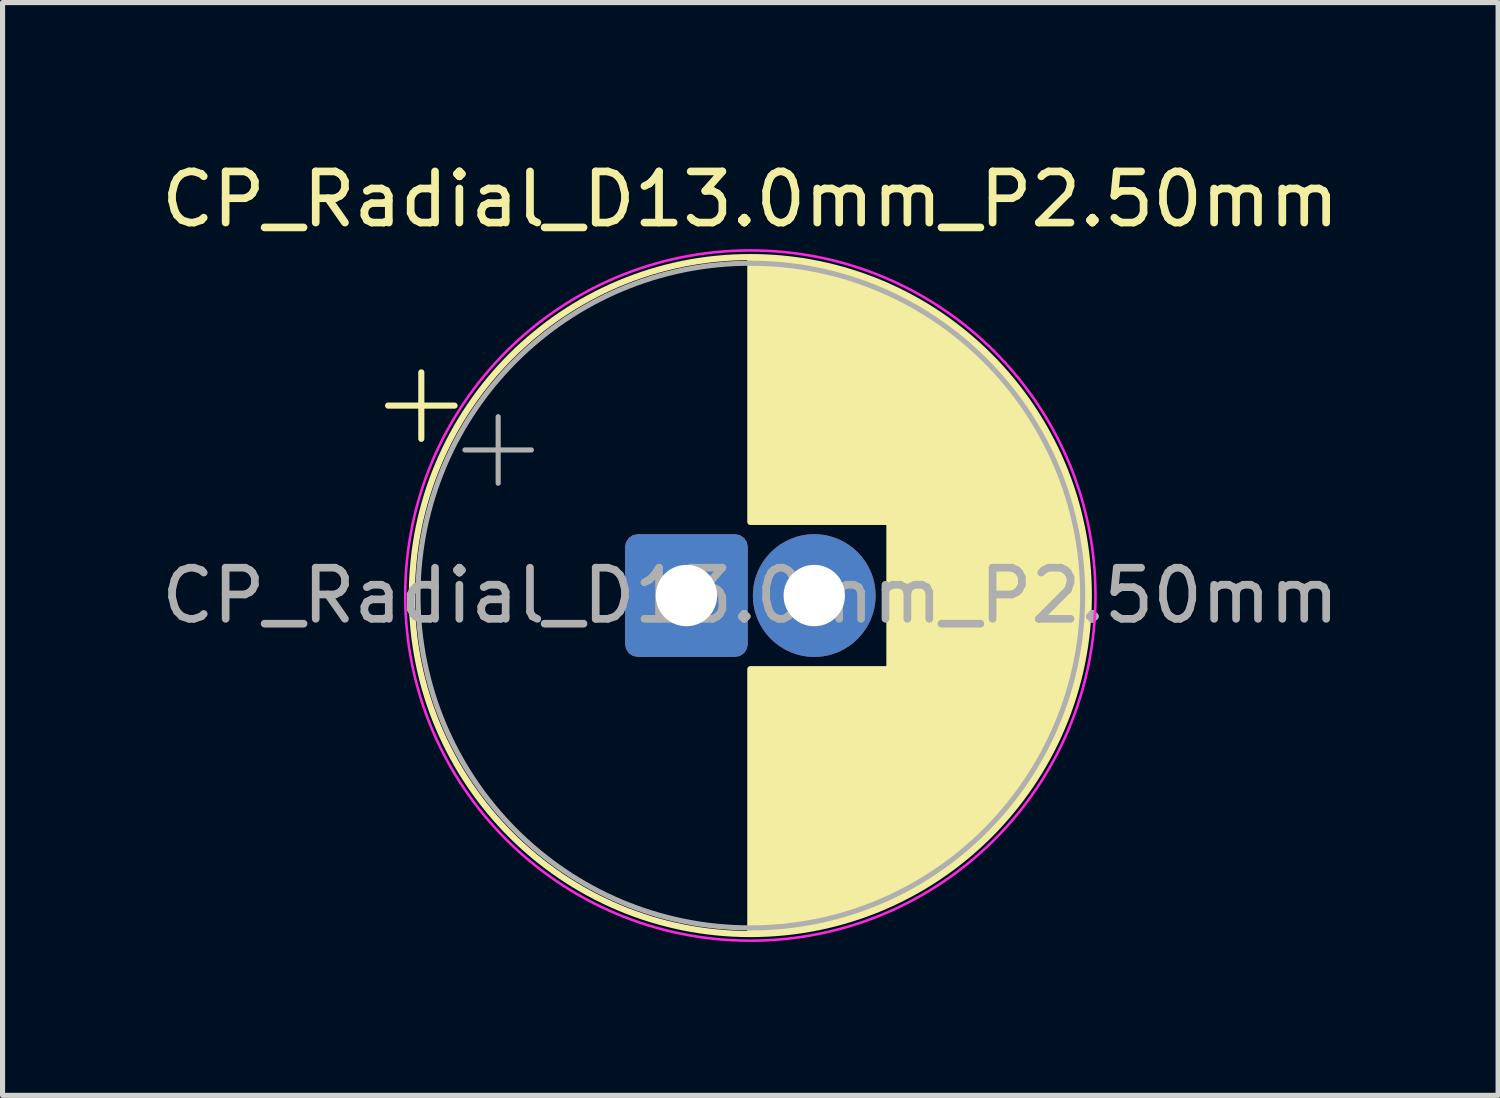
<source format=kicad_pcb>
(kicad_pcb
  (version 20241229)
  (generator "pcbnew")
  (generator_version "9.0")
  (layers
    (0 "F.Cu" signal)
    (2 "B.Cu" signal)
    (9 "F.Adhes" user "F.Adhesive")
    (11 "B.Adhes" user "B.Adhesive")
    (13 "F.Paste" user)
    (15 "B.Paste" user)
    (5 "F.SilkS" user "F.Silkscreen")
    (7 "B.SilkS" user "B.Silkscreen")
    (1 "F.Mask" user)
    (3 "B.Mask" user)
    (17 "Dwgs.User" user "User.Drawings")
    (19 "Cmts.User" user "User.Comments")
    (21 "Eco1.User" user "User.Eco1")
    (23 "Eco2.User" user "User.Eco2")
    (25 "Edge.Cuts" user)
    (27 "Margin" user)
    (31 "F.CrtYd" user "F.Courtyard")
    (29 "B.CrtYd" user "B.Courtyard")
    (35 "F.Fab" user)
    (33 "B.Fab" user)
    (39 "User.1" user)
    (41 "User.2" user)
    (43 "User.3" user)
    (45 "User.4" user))
  (footprint "CP_Radial_D13.0mm_P2.50mm"
    (layer "F.Cu")
    (at 10.375 8.598)
    (property "Reference" "CP_Radial_D13.0mm_P2.50mm" (at 1.25 -7.75 0) (layer "F.SilkS") (effects (font (size 1 1) (thickness 0.15))))
    (attr through_hole)
    (fp_line (start -5.835 -3.715) (end -4.535 -3.715) (stroke (width 0.12) (type solid)) (layer "F.SilkS"))
    (fp_line (start -5.185 -4.365) (end -5.185 -3.065) (stroke (width 0.12) (type solid)) (layer "F.SilkS"))
    (fp_line (start 1.25 -6.58) (end 1.25 -1.44) (stroke (width 0.12) (type solid)) (layer "F.SilkS"))
    (fp_line (start 1.25 1.44) (end 1.25 6.58) (stroke (width 0.12) (type solid)) (layer "F.SilkS"))
    (fp_line (start 1.29 -6.58) (end 1.29 -1.44) (stroke (width 0.12) (type solid)) (layer "F.SilkS"))
    (fp_line (start 1.29 1.44) (end 1.29 6.58) (stroke (width 0.12) (type solid)) (layer "F.SilkS"))
    (fp_line (start 1.33 -6.58) (end 1.33 -1.44) (stroke (width 0.12) (type solid)) (layer "F.SilkS"))
    (fp_line (start 1.33 1.44) (end 1.33 6.58) (stroke (width 0.12) (type solid)) (layer "F.SilkS"))
    (fp_line (start 1.37 -6.579) (end 1.37 -1.44) (stroke (width 0.12) (type solid)) (layer "F.SilkS"))
    (fp_line (start 1.37 1.44) (end 1.37 6.579) (stroke (width 0.12) (type solid)) (layer "F.SilkS"))
    (fp_line (start 1.41 -6.578) (end 1.41 -1.44) (stroke (width 0.12) (type solid)) (layer "F.SilkS"))
    (fp_line (start 1.41 1.44) (end 1.41 6.578) (stroke (width 0.12) (type solid)) (layer "F.SilkS"))
    (fp_line (start 1.45 -6.577) (end 1.45 -1.44) (stroke (width 0.12) (type solid)) (layer "F.SilkS"))
    (fp_line (start 1.45 1.44) (end 1.45 6.577) (stroke (width 0.12) (type solid)) (layer "F.SilkS"))
    (fp_line (start 1.49 -6.576) (end 1.49 -1.44) (stroke (width 0.12) (type solid)) (layer "F.SilkS"))
    (fp_line (start 1.49 1.44) (end 1.49 6.576) (stroke (width 0.12) (type solid)) (layer "F.SilkS"))
    (fp_line (start 1.53 -6.574) (end 1.53 -1.44) (stroke (width 0.12) (type solid)) (layer "F.SilkS"))
    (fp_line (start 1.53 1.44) (end 1.53 6.574) (stroke (width 0.12) (type solid)) (layer "F.SilkS"))
    (fp_line (start 1.57 -6.572) (end 1.57 -1.44) (stroke (width 0.12) (type solid)) (layer "F.SilkS"))
    (fp_line (start 1.57 1.44) (end 1.57 6.572) (stroke (width 0.12) (type solid)) (layer "F.SilkS"))
    (fp_line (start 1.61 -6.57) (end 1.61 -1.44) (stroke (width 0.12) (type solid)) (layer "F.SilkS"))
    (fp_line (start 1.61 1.44) (end 1.61 6.57) (stroke (width 0.12) (type solid)) (layer "F.SilkS"))
    (fp_line (start 1.65 -6.568) (end 1.65 -1.44) (stroke (width 0.12) (type solid)) (layer "F.SilkS"))
    (fp_line (start 1.65 1.44) (end 1.65 6.568) (stroke (width 0.12) (type solid)) (layer "F.SilkS"))
    (fp_line (start 1.69 -6.565) (end 1.69 -1.44) (stroke (width 0.12) (type solid)) (layer "F.SilkS"))
    (fp_line (start 1.69 1.44) (end 1.69 6.565) (stroke (width 0.12) (type solid)) (layer "F.SilkS"))
    (fp_line (start 1.73 -6.563) (end 1.73 -1.44) (stroke (width 0.12) (type solid)) (layer "F.SilkS"))
    (fp_line (start 1.73 1.44) (end 1.73 6.563) (stroke (width 0.12) (type solid)) (layer "F.SilkS"))
    (fp_line (start 1.77 -6.56) (end 1.77 -1.44) (stroke (width 0.12) (type solid)) (layer "F.SilkS"))
    (fp_line (start 1.77 1.44) (end 1.77 6.56) (stroke (width 0.12) (type solid)) (layer "F.SilkS"))
    (fp_line (start 1.81 -6.556) (end 1.81 -1.44) (stroke (width 0.12) (type solid)) (layer "F.SilkS"))
    (fp_line (start 1.81 1.44) (end 1.81 6.556) (stroke (width 0.12) (type solid)) (layer "F.SilkS"))
    (fp_line (start 1.85 -6.553) (end 1.85 -1.44) (stroke (width 0.12) (type solid)) (layer "F.SilkS"))
    (fp_line (start 1.85 1.44) (end 1.85 6.553) (stroke (width 0.12) (type solid)) (layer "F.SilkS"))
    (fp_line (start 1.89 -6.549) (end 1.89 -1.44) (stroke (width 0.12) (type solid)) (layer "F.SilkS"))
    (fp_line (start 1.89 1.44) (end 1.89 6.549) (stroke (width 0.12) (type solid)) (layer "F.SilkS"))
    (fp_line (start 1.93 -6.545) (end 1.93 -1.44) (stroke (width 0.12) (type solid)) (layer "F.SilkS"))
    (fp_line (start 1.93 1.44) (end 1.93 6.545) (stroke (width 0.12) (type solid)) (layer "F.SilkS"))
    (fp_line (start 1.97 -6.541) (end 1.97 -1.44) (stroke (width 0.12) (type solid)) (layer "F.SilkS"))
    (fp_line (start 1.97 1.44) (end 1.97 6.541) (stroke (width 0.12) (type solid)) (layer "F.SilkS"))
    (fp_line (start 2.01 -6.536) (end 2.01 -1.44) (stroke (width 0.12) (type solid)) (layer "F.SilkS"))
    (fp_line (start 2.01 1.44) (end 2.01 6.536) (stroke (width 0.12) (type solid)) (layer "F.SilkS"))
    (fp_line (start 2.05 -6.531) (end 2.05 -1.44) (stroke (width 0.12) (type solid)) (layer "F.SilkS"))
    (fp_line (start 2.05 1.44) (end 2.05 6.531) (stroke (width 0.12) (type solid)) (layer "F.SilkS"))
    (fp_line (start 2.09 -6.526) (end 2.09 -1.44) (stroke (width 0.12) (type solid)) (layer "F.SilkS"))
    (fp_line (start 2.09 1.44) (end 2.09 6.526) (stroke (width 0.12) (type solid)) (layer "F.SilkS"))
    (fp_line (start 2.13 -6.521) (end 2.13 -1.44) (stroke (width 0.12) (type solid)) (layer "F.SilkS"))
    (fp_line (start 2.13 1.44) (end 2.13 6.521) (stroke (width 0.12) (type solid)) (layer "F.SilkS"))
    (fp_line (start 2.17 -6.516) (end 2.17 -1.44) (stroke (width 0.12) (type solid)) (layer "F.SilkS"))
    (fp_line (start 2.17 1.44) (end 2.17 6.516) (stroke (width 0.12) (type solid)) (layer "F.SilkS"))
    (fp_line (start 2.21 -6.51) (end 2.21 -1.44) (stroke (width 0.12) (type solid)) (layer "F.SilkS"))
    (fp_line (start 2.21 1.44) (end 2.21 6.51) (stroke (width 0.12) (type solid)) (layer "F.SilkS"))
    (fp_line (start 2.25 -6.504) (end 2.25 -1.44) (stroke (width 0.12) (type solid)) (layer "F.SilkS"))
    (fp_line (start 2.25 1.44) (end 2.25 6.504) (stroke (width 0.12) (type solid)) (layer "F.SilkS"))
    (fp_line (start 2.29 -6.498) (end 2.29 -1.44) (stroke (width 0.12) (type solid)) (layer "F.SilkS"))
    (fp_line (start 2.29 1.44) (end 2.29 6.498) (stroke (width 0.12) (type solid)) (layer "F.SilkS"))
    (fp_line (start 2.33 -6.491) (end 2.33 -1.44) (stroke (width 0.12) (type solid)) (layer "F.SilkS"))
    (fp_line (start 2.33 1.44) (end 2.33 6.491) (stroke (width 0.12) (type solid)) (layer "F.SilkS"))
    (fp_line (start 2.37 -6.485) (end 2.37 -1.44) (stroke (width 0.12) (type solid)) (layer "F.SilkS"))
    (fp_line (start 2.37 1.44) (end 2.37 6.485) (stroke (width 0.12) (type solid)) (layer "F.SilkS"))
    (fp_line (start 2.41 -6.478) (end 2.41 -1.44) (stroke (width 0.12) (type solid)) (layer "F.SilkS"))
    (fp_line (start 2.41 1.44) (end 2.41 6.478) (stroke (width 0.12) (type solid)) (layer "F.SilkS"))
    (fp_line (start 2.45 -6.47) (end 2.45 -1.44) (stroke (width 0.12) (type solid)) (layer "F.SilkS"))
    (fp_line (start 2.45 1.44) (end 2.45 6.47) (stroke (width 0.12) (type solid)) (layer "F.SilkS"))
    (fp_line (start 2.49 -6.463) (end 2.49 -1.44) (stroke (width 0.12) (type solid)) (layer "F.SilkS"))
    (fp_line (start 2.49 1.44) (end 2.49 6.463) (stroke (width 0.12) (type solid)) (layer "F.SilkS"))
    (fp_line (start 2.53 -6.455) (end 2.53 -1.44) (stroke (width 0.12) (type solid)) (layer "F.SilkS"))
    (fp_line (start 2.53 1.44) (end 2.53 6.455) (stroke (width 0.12) (type solid)) (layer "F.SilkS"))
    (fp_line (start 2.57 -6.447) (end 2.57 -1.44) (stroke (width 0.12) (type solid)) (layer "F.SilkS"))
    (fp_line (start 2.57 1.44) (end 2.57 6.447) (stroke (width 0.12) (type solid)) (layer "F.SilkS"))
    (fp_line (start 2.61 -6.439) (end 2.61 -1.44) (stroke (width 0.12) (type solid)) (layer "F.SilkS"))
    (fp_line (start 2.61 1.44) (end 2.61 6.439) (stroke (width 0.12) (type solid)) (layer "F.SilkS"))
    (fp_line (start 2.65 -6.43) (end 2.65 -1.44) (stroke (width 0.12) (type solid)) (layer "F.SilkS"))
    (fp_line (start 2.65 1.44) (end 2.65 6.43) (stroke (width 0.12) (type solid)) (layer "F.SilkS"))
    (fp_line (start 2.69 -6.421) (end 2.69 -1.44) (stroke (width 0.12) (type solid)) (layer "F.SilkS"))
    (fp_line (start 2.69 1.44) (end 2.69 6.421) (stroke (width 0.12) (type solid)) (layer "F.SilkS"))
    (fp_line (start 2.73 -6.412) (end 2.73 -1.44) (stroke (width 0.12) (type solid)) (layer "F.SilkS"))
    (fp_line (start 2.73 1.44) (end 2.73 6.412) (stroke (width 0.12) (type solid)) (layer "F.SilkS"))
    (fp_line (start 2.77 -6.403) (end 2.77 -1.44) (stroke (width 0.12) (type solid)) (layer "F.SilkS"))
    (fp_line (start 2.77 1.44) (end 2.77 6.403) (stroke (width 0.12) (type solid)) (layer "F.SilkS"))
    (fp_line (start 2.81 -6.394) (end 2.81 -1.44) (stroke (width 0.12) (type solid)) (layer "F.SilkS"))
    (fp_line (start 2.81 1.44) (end 2.81 6.394) (stroke (width 0.12) (type solid)) (layer "F.SilkS"))
    (fp_line (start 2.85 -6.384) (end 2.85 -1.44) (stroke (width 0.12) (type solid)) (layer "F.SilkS"))
    (fp_line (start 2.85 1.44) (end 2.85 6.384) (stroke (width 0.12) (type solid)) (layer "F.SilkS"))
    (fp_line (start 2.89 -6.374) (end 2.89 -1.44) (stroke (width 0.12) (type solid)) (layer "F.SilkS"))
    (fp_line (start 2.89 1.44) (end 2.89 6.374) (stroke (width 0.12) (type solid)) (layer "F.SilkS"))
    (fp_line (start 2.93 -6.363) (end 2.93 -1.44) (stroke (width 0.12) (type solid)) (layer "F.SilkS"))
    (fp_line (start 2.93 1.44) (end 2.93 6.363) (stroke (width 0.12) (type solid)) (layer "F.SilkS"))
    (fp_line (start 2.97 -6.353) (end 2.97 -1.44) (stroke (width 0.12) (type solid)) (layer "F.SilkS"))
    (fp_line (start 2.97 1.44) (end 2.97 6.353) (stroke (width 0.12) (type solid)) (layer "F.SilkS"))
    (fp_line (start 3.01 -6.342) (end 3.01 -1.44) (stroke (width 0.12) (type solid)) (layer "F.SilkS"))
    (fp_line (start 3.01 1.44) (end 3.01 6.342) (stroke (width 0.12) (type solid)) (layer "F.SilkS"))
    (fp_line (start 3.05 -6.331) (end 3.05 -1.44) (stroke (width 0.12) (type solid)) (layer "F.SilkS"))
    (fp_line (start 3.05 1.44) (end 3.05 6.331) (stroke (width 0.12) (type solid)) (layer "F.SilkS"))
    (fp_line (start 3.09 -6.319) (end 3.09 -1.44) (stroke (width 0.12) (type solid)) (layer "F.SilkS"))
    (fp_line (start 3.09 1.44) (end 3.09 6.319) (stroke (width 0.12) (type solid)) (layer "F.SilkS"))
    (fp_line (start 3.13 -6.307) (end 3.13 -1.44) (stroke (width 0.12) (type solid)) (layer "F.SilkS"))
    (fp_line (start 3.13 1.44) (end 3.13 6.307) (stroke (width 0.12) (type solid)) (layer "F.SilkS"))
    (fp_line (start 3.17 -6.295) (end 3.17 -1.44) (stroke (width 0.12) (type solid)) (layer "F.SilkS"))
    (fp_line (start 3.17 1.44) (end 3.17 6.295) (stroke (width 0.12) (type solid)) (layer "F.SilkS"))
    (fp_line (start 3.21 -6.283) (end 3.21 -1.44) (stroke (width 0.12) (type solid)) (layer "F.SilkS"))
    (fp_line (start 3.21 1.44) (end 3.21 6.283) (stroke (width 0.12) (type solid)) (layer "F.SilkS"))
    (fp_line (start 3.25 -6.271) (end 3.25 -1.44) (stroke (width 0.12) (type solid)) (layer "F.SilkS"))
    (fp_line (start 3.25 1.44) (end 3.25 6.271) (stroke (width 0.12) (type solid)) (layer "F.SilkS"))
    (fp_line (start 3.29 -6.258) (end 3.29 -1.44) (stroke (width 0.12) (type solid)) (layer "F.SilkS"))
    (fp_line (start 3.29 1.44) (end 3.29 6.258) (stroke (width 0.12) (type solid)) (layer "F.SilkS"))
    (fp_line (start 3.33 -6.245) (end 3.33 -1.44) (stroke (width 0.12) (type solid)) (layer "F.SilkS"))
    (fp_line (start 3.33 1.44) (end 3.33 6.245) (stroke (width 0.12) (type solid)) (layer "F.SilkS"))
    (fp_line (start 3.37 -6.231) (end 3.37 -1.44) (stroke (width 0.12) (type solid)) (layer "F.SilkS"))
    (fp_line (start 3.37 1.44) (end 3.37 6.231) (stroke (width 0.12) (type solid)) (layer "F.SilkS"))
    (fp_line (start 3.41 -6.218) (end 3.41 -1.44) (stroke (width 0.12) (type solid)) (layer "F.SilkS"))
    (fp_line (start 3.41 1.44) (end 3.41 6.218) (stroke (width 0.12) (type solid)) (layer "F.SilkS"))
    (fp_line (start 3.45 -6.204) (end 3.45 -1.44) (stroke (width 0.12) (type solid)) (layer "F.SilkS"))
    (fp_line (start 3.45 1.44) (end 3.45 6.204) (stroke (width 0.12) (type solid)) (layer "F.SilkS"))
    (fp_line (start 3.49 -6.19) (end 3.49 -1.44) (stroke (width 0.12) (type solid)) (layer "F.SilkS"))
    (fp_line (start 3.49 1.44) (end 3.49 6.19) (stroke (width 0.12) (type solid)) (layer "F.SilkS"))
    (fp_line (start 3.53 -6.175) (end 3.53 -1.44) (stroke (width 0.12) (type solid)) (layer "F.SilkS"))
    (fp_line (start 3.53 1.44) (end 3.53 6.175) (stroke (width 0.12) (type solid)) (layer "F.SilkS"))
    (fp_line (start 3.57 -6.16) (end 3.57 -1.44) (stroke (width 0.12) (type solid)) (layer "F.SilkS"))
    (fp_line (start 3.57 1.44) (end 3.57 6.16) (stroke (width 0.12) (type solid)) (layer "F.SilkS"))
    (fp_line (start 3.61 -6.145) (end 3.61 -1.44) (stroke (width 0.12) (type solid)) (layer "F.SilkS"))
    (fp_line (start 3.61 1.44) (end 3.61 6.145) (stroke (width 0.12) (type solid)) (layer "F.SilkS"))
    (fp_line (start 3.65 -6.13) (end 3.65 -1.44) (stroke (width 0.12) (type solid)) (layer "F.SilkS"))
    (fp_line (start 3.65 1.44) (end 3.65 6.13) (stroke (width 0.12) (type solid)) (layer "F.SilkS"))
    (fp_line (start 3.69 -6.114) (end 3.69 -1.44) (stroke (width 0.12) (type solid)) (layer "F.SilkS"))
    (fp_line (start 3.69 1.44) (end 3.69 6.114) (stroke (width 0.12) (type solid)) (layer "F.SilkS"))
    (fp_line (start 3.73 -6.098) (end 3.73 -1.44) (stroke (width 0.12) (type solid)) (layer "F.SilkS"))
    (fp_line (start 3.73 1.44) (end 3.73 6.098) (stroke (width 0.12) (type solid)) (layer "F.SilkS"))
    (fp_line (start 3.77 -6.082) (end 3.77 -1.44) (stroke (width 0.12) (type solid)) (layer "F.SilkS"))
    (fp_line (start 3.77 1.44) (end 3.77 6.082) (stroke (width 0.12) (type solid)) (layer "F.SilkS"))
    (fp_line (start 3.81 -6.065) (end 3.81 -1.44) (stroke (width 0.12) (type solid)) (layer "F.SilkS"))
    (fp_line (start 3.81 1.44) (end 3.81 6.065) (stroke (width 0.12) (type solid)) (layer "F.SilkS"))
    (fp_line (start 3.85 -6.048) (end 3.85 -1.44) (stroke (width 0.12) (type solid)) (layer "F.SilkS"))
    (fp_line (start 3.85 1.44) (end 3.85 6.048) (stroke (width 0.12) (type solid)) (layer "F.SilkS"))
    (fp_line (start 3.89 -6.031) (end 3.89 -1.44) (stroke (width 0.12) (type solid)) (layer "F.SilkS"))
    (fp_line (start 3.89 1.44) (end 3.89 6.031) (stroke (width 0.12) (type solid)) (layer "F.SilkS"))
    (fp_line (start 3.93 -6.013) (end 3.93 -1.44) (stroke (width 0.12) (type solid)) (layer "F.SilkS"))
    (fp_line (start 3.93 1.44) (end 3.93 6.013) (stroke (width 0.12) (type solid)) (layer "F.SilkS"))
    (fp_line (start 3.97 -5.995) (end 3.97 5.995) (stroke (width 0.12) (type solid)) (layer "F.SilkS"))
    (fp_line (start 4.01 -5.977) (end 4.01 5.977) (stroke (width 0.12) (type solid)) (layer "F.SilkS"))
    (fp_line (start 4.05 -5.959) (end 4.05 5.959) (stroke (width 0.12) (type solid)) (layer "F.SilkS"))
    (fp_line (start 4.09 -5.94) (end 4.09 5.94) (stroke (width 0.12) (type solid)) (layer "F.SilkS"))
    (fp_line (start 4.13 -5.921) (end 4.13 5.921) (stroke (width 0.12) (type solid)) (layer "F.SilkS"))
    (fp_line (start 4.17 -5.901) (end 4.17 5.901) (stroke (width 0.12) (type solid)) (layer "F.SilkS"))
    (fp_line (start 4.21 -5.881) (end 4.21 5.881) (stroke (width 0.12) (type solid)) (layer "F.SilkS"))
    (fp_line (start 4.25 -5.861) (end 4.25 5.861) (stroke (width 0.12) (type solid)) (layer "F.SilkS"))
    (fp_line (start 4.29 -5.841) (end 4.29 5.841) (stroke (width 0.12) (type solid)) (layer "F.SilkS"))
    (fp_line (start 4.33 -5.82) (end 4.33 5.82) (stroke (width 0.12) (type solid)) (layer "F.SilkS"))
    (fp_line (start 4.37 -5.799) (end 4.37 5.799) (stroke (width 0.12) (type solid)) (layer "F.SilkS"))
    (fp_line (start 4.41 -5.777) (end 4.41 5.777) (stroke (width 0.12) (type solid)) (layer "F.SilkS"))
    (fp_line (start 4.45 -5.755) (end 4.45 5.755) (stroke (width 0.12) (type solid)) (layer "F.SilkS"))
    (fp_line (start 4.49 -5.733) (end 4.49 5.733) (stroke (width 0.12) (type solid)) (layer "F.SilkS"))
    (fp_line (start 4.53 -5.71) (end 4.53 5.71) (stroke (width 0.12) (type solid)) (layer "F.SilkS"))
    (fp_line (start 4.57 -5.687) (end 4.57 5.687) (stroke (width 0.12) (type solid)) (layer "F.SilkS"))
    (fp_line (start 4.61 -5.664) (end 4.61 5.664) (stroke (width 0.12) (type solid)) (layer "F.SilkS"))
    (fp_line (start 4.65 -5.64) (end 4.65 5.64) (stroke (width 0.12) (type solid)) (layer "F.SilkS"))
    (fp_line (start 4.69 -5.616) (end 4.69 5.616) (stroke (width 0.12) (type solid)) (layer "F.SilkS"))
    (fp_line (start 4.73 -5.592) (end 4.73 5.592) (stroke (width 0.12) (type solid)) (layer "F.SilkS"))
    (fp_line (start 4.77 -5.567) (end 4.77 5.567) (stroke (width 0.12) (type solid)) (layer "F.SilkS"))
    (fp_line (start 4.81 -5.541) (end 4.81 5.541) (stroke (width 0.12) (type solid)) (layer "F.SilkS"))
    (fp_line (start 4.85 -5.516) (end 4.85 5.516) (stroke (width 0.12) (type solid)) (layer "F.SilkS"))
    (fp_line (start 4.89 -5.489) (end 4.89 5.489) (stroke (width 0.12) (type solid)) (layer "F.SilkS"))
    (fp_line (start 4.93 -5.463) (end 4.93 5.463) (stroke (width 0.12) (type solid)) (layer "F.SilkS"))
    (fp_line (start 4.97 -5.436) (end 4.97 5.436) (stroke (width 0.12) (type solid)) (layer "F.SilkS"))
    (fp_line (start 5.01 -5.409) (end 5.01 5.409) (stroke (width 0.12) (type solid)) (layer "F.SilkS"))
    (fp_line (start 5.05 -5.381) (end 5.05 5.381) (stroke (width 0.12) (type solid)) (layer "F.SilkS"))
    (fp_line (start 5.09 -5.352) (end 5.09 5.352) (stroke (width 0.12) (type solid)) (layer "F.SilkS"))
    (fp_line (start 5.13 -5.324) (end 5.13 5.324) (stroke (width 0.12) (type solid)) (layer "F.SilkS"))
    (fp_line (start 5.17 -5.295) (end 5.17 5.295) (stroke (width 0.12) (type solid)) (layer "F.SilkS"))
    (fp_line (start 5.21 -5.265) (end 5.21 5.265) (stroke (width 0.12) (type solid)) (layer "F.SilkS"))
    (fp_line (start 5.25 -5.235) (end 5.25 5.235) (stroke (width 0.12) (type solid)) (layer "F.SilkS"))
    (fp_line (start 5.29 -5.204) (end 5.29 5.204) (stroke (width 0.12) (type solid)) (layer "F.SilkS"))
    (fp_line (start 5.33 -5.173) (end 5.33 5.173) (stroke (width 0.12) (type solid)) (layer "F.SilkS"))
    (fp_line (start 5.37 -5.142) (end 5.37 5.142) (stroke (width 0.12) (type solid)) (layer "F.SilkS"))
    (fp_line (start 5.41 -5.11) (end 5.41 5.11) (stroke (width 0.12) (type solid)) (layer "F.SilkS"))
    (fp_line (start 5.45 -5.077) (end 5.45 5.077) (stroke (width 0.12) (type solid)) (layer "F.SilkS"))
    (fp_line (start 5.49 -5.044) (end 5.49 5.044) (stroke (width 0.12) (type solid)) (layer "F.SilkS"))
    (fp_line (start 5.53 -5.01) (end 5.53 5.01) (stroke (width 0.12) (type solid)) (layer "F.SilkS"))
    (fp_line (start 5.57 -4.976) (end 5.57 4.976) (stroke (width 0.12) (type solid)) (layer "F.SilkS"))
    (fp_line (start 5.61 -4.941) (end 5.61 4.941) (stroke (width 0.12) (type solid)) (layer "F.SilkS"))
    (fp_line (start 5.65 -4.906) (end 5.65 4.906) (stroke (width 0.12) (type solid)) (layer "F.SilkS"))
    (fp_line (start 5.69 -4.87) (end 5.69 4.87) (stroke (width 0.12) (type solid)) (layer "F.SilkS"))
    (fp_line (start 5.73 -4.834) (end 5.73 4.834) (stroke (width 0.12) (type solid)) (layer "F.SilkS"))
    (fp_line (start 5.77 -4.797) (end 5.77 4.797) (stroke (width 0.12) (type solid)) (layer "F.SilkS"))
    (fp_line (start 5.81 -4.759) (end 5.81 4.759) (stroke (width 0.12) (type solid)) (layer "F.SilkS"))
    (fp_line (start 5.85 -4.721) (end 5.85 4.721) (stroke (width 0.12) (type solid)) (layer "F.SilkS"))
    (fp_line (start 5.89 -4.682) (end 5.89 4.682) (stroke (width 0.12) (type solid)) (layer "F.SilkS"))
    (fp_line (start 5.93 -4.642) (end 5.93 4.642) (stroke (width 0.12) (type solid)) (layer "F.SilkS"))
    (fp_line (start 5.97 -4.602) (end 5.97 4.602) (stroke (width 0.12) (type solid)) (layer "F.SilkS"))
    (fp_line (start 6.01 -4.561) (end 6.01 4.561) (stroke (width 0.12) (type solid)) (layer "F.SilkS"))
    (fp_line (start 6.05 -4.519) (end 6.05 4.519) (stroke (width 0.12) (type solid)) (layer "F.SilkS"))
    (fp_line (start 6.09 -4.477) (end 6.09 4.477) (stroke (width 0.12) (type solid)) (layer "F.SilkS"))
    (fp_line (start 6.13 -4.433) (end 6.13 4.433) (stroke (width 0.12) (type solid)) (layer "F.SilkS"))
    (fp_line (start 6.17 -4.389) (end 6.17 4.389) (stroke (width 0.12) (type solid)) (layer "F.SilkS"))
    (fp_line (start 6.21 -4.344) (end 6.21 4.344) (stroke (width 0.12) (type solid)) (layer "F.SilkS"))
    (fp_line (start 6.25 -4.299) (end 6.25 4.299) (stroke (width 0.12) (type solid)) (layer "F.SilkS"))
    (fp_line (start 6.29 -4.252) (end 6.29 4.252) (stroke (width 0.12) (type solid)) (layer "F.SilkS"))
    (fp_line (start 6.33 -4.205) (end 6.33 4.205) (stroke (width 0.12) (type solid)) (layer "F.SilkS"))
    (fp_line (start 6.37 -4.156) (end 6.37 4.156) (stroke (width 0.12) (type solid)) (layer "F.SilkS"))
    (fp_line (start 6.41 -4.107) (end 6.41 4.107) (stroke (width 0.12) (type solid)) (layer "F.SilkS"))
    (fp_line (start 6.45 -4.057) (end 6.45 4.057) (stroke (width 0.12) (type solid)) (layer "F.SilkS"))
    (fp_line (start 6.49 -4.006) (end 6.49 4.006) (stroke (width 0.12) (type solid)) (layer "F.SilkS"))
    (fp_line (start 6.53 -3.953) (end 6.53 3.953) (stroke (width 0.12) (type solid)) (layer "F.SilkS"))
    (fp_line (start 6.57 -3.9) (end 6.57 3.9) (stroke (width 0.12) (type solid)) (layer "F.SilkS"))
    (fp_line (start 6.61 -3.845) (end 6.61 3.845) (stroke (width 0.12) (type solid)) (layer "F.SilkS"))
    (fp_line (start 6.65 -3.789) (end 6.65 3.789) (stroke (width 0.12) (type solid)) (layer "F.SilkS"))
    (fp_line (start 6.69 -3.732) (end 6.69 3.732) (stroke (width 0.12) (type solid)) (layer "F.SilkS"))
    (fp_line (start 6.73 -3.674) (end 6.73 3.674) (stroke (width 0.12) (type solid)) (layer "F.SilkS"))
    (fp_line (start 6.77 -3.614) (end 6.77 3.614) (stroke (width 0.12) (type solid)) (layer "F.SilkS"))
    (fp_line (start 6.81 -3.553) (end 6.81 3.553) (stroke (width 0.12) (type solid)) (layer "F.SilkS"))
    (fp_line (start 6.85 -3.49) (end 6.85 3.49) (stroke (width 0.12) (type solid)) (layer "F.SilkS"))
    (fp_line (start 6.89 -3.426) (end 6.89 3.426) (stroke (width 0.12) (type solid)) (layer "F.SilkS"))
    (fp_line (start 6.93 -3.36) (end 6.93 3.36) (stroke (width 0.12) (type solid)) (layer "F.SilkS"))
    (fp_line (start 6.97 -3.293) (end 6.97 3.293) (stroke (width 0.12) (type solid)) (layer "F.SilkS"))
    (fp_line (start 7.01 -3.223) (end 7.01 3.223) (stroke (width 0.12) (type solid)) (layer "F.SilkS"))
    (fp_line (start 7.05 -3.151) (end 7.05 3.151) (stroke (width 0.12) (type solid)) (layer "F.SilkS"))
    (fp_line (start 7.09 -3.077) (end 7.09 3.077) (stroke (width 0.12) (type solid)) (layer "F.SilkS"))
    (fp_line (start 7.13 -3.001) (end 7.13 3.001) (stroke (width 0.12) (type solid)) (layer "F.SilkS"))
    (fp_line (start 7.17 -2.923) (end 7.17 2.923) (stroke (width 0.12) (type solid)) (layer "F.SilkS"))
    (fp_line (start 7.21 -2.841) (end 7.21 2.841) (stroke (width 0.12) (type solid)) (layer "F.SilkS"))
    (fp_line (start 7.25 -2.757) (end 7.25 2.757) (stroke (width 0.12) (type solid)) (layer "F.SilkS"))
    (fp_line (start 7.29 -2.67) (end 7.29 2.67) (stroke (width 0.12) (type solid)) (layer "F.SilkS"))
    (fp_line (start 7.33 -2.579) (end 7.33 2.579) (stroke (width 0.12) (type solid)) (layer "F.SilkS"))
    (fp_line (start 7.37 -2.484) (end 7.37 2.484) (stroke (width 0.12) (type solid)) (layer "F.SilkS"))
    (fp_line (start 7.41 -2.385) (end 7.41 2.385) (stroke (width 0.12) (type solid)) (layer "F.SilkS"))
    (fp_line (start 7.45 -2.28) (end 7.45 2.28) (stroke (width 0.12) (type solid)) (layer "F.SilkS"))
    (fp_line (start 7.49 -2.171) (end 7.49 2.171) (stroke (width 0.12) (type solid)) (layer "F.SilkS"))
    (fp_line (start 7.53 -2.054) (end 7.53 2.054) (stroke (width 0.12) (type solid)) (layer "F.SilkS"))
    (fp_line (start 7.57 -1.93) (end 7.57 1.93) (stroke (width 0.12) (type solid)) (layer "F.SilkS"))
    (fp_line (start 7.61 -1.797) (end 7.61 1.797) (stroke (width 0.12) (type solid)) (layer "F.SilkS"))
    (fp_line (start 7.65 -1.652) (end 7.65 1.652) (stroke (width 0.12) (type solid)) (layer "F.SilkS"))
    (fp_line (start 7.69 -1.493) (end 7.69 1.493) (stroke (width 0.12) (type solid)) (layer "F.SilkS"))
    (fp_line (start 7.73 -1.314) (end 7.73 1.314) (stroke (width 0.12) (type solid)) (layer "F.SilkS"))
    (fp_line (start 7.77 -1.106) (end 7.77 1.106) (stroke (width 0.12) (type solid)) (layer "F.SilkS"))
    (fp_line (start 7.81 -0.849) (end 7.81 0.849) (stroke (width 0.12) (type solid)) (layer "F.SilkS"))
    (fp_line (start 7.85 -0.474) (end 7.85 0.474) (stroke (width 0.12) (type solid)) (layer "F.SilkS"))
    (fp_circle (center 1.25 0) (end 7.87 0) (stroke (width 0.12) (type solid)) (fill no) (layer "F.SilkS"))
    (fp_circle (center 1.25 0) (end 8 0) (stroke (width 0.05) (type solid)) (fill no) (layer "F.CrtYd"))
    (fp_line (start -4.332 -2.848) (end -3.032 -2.848) (stroke (width 0.1) (type solid)) (layer "F.Fab"))
    (fp_line (start -3.682 -3.498) (end -3.682 -2.197) (stroke (width 0.1) (type solid)) (layer "F.Fab"))
    (fp_circle (center 1.25 0) (end 7.75 0) (stroke (width 0.1) (type solid)) (fill no) (layer "F.Fab"))
    (fp_text user "${REFERENCE}" (at 1.25 0 0) (layer "F.Fab") (effects (font (size 1 1) (thickness 0.15))))
    (pad "1" thru_hole roundrect (at 0 0) (size 2.4 2.4) (drill 1.2) (layers "*.Cu" "*.Mask") (roundrect_rratio 0.104))
    (pad "2" thru_hole circle (at 2.5 0) (size 2.4 2.4) (drill 1.2) (layers "*.Cu" "*.Mask")))
  (gr_rect
    (start -3 -3)
    (end 26.25 18.373)
    (stroke (width 0.1) (type default))
    (fill no)
    (layer "Edge.Cuts")))
</source>
